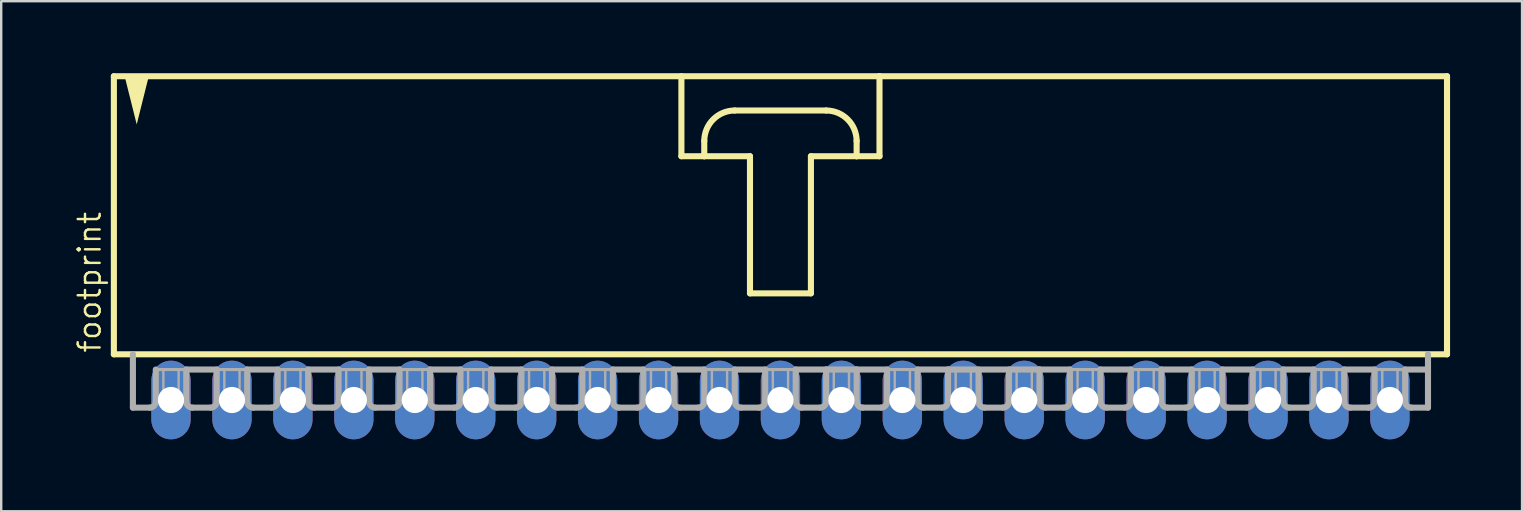
<source format=kicad_pcb>
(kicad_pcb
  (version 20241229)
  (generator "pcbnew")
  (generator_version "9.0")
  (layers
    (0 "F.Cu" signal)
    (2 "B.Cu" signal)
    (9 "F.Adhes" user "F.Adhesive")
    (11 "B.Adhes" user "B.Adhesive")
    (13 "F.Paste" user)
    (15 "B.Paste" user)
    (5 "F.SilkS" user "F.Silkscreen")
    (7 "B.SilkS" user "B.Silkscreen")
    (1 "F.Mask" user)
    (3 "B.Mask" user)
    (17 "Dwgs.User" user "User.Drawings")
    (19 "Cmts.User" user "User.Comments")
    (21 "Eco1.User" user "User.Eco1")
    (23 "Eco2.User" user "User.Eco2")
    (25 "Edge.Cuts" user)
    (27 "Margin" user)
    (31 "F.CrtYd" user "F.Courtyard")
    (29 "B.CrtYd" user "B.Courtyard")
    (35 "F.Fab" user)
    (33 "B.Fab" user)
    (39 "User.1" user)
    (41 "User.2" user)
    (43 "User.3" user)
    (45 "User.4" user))
  (footprint "footprint"
    (layer "F.Cu")
    (at 29.477 6.001)
    (property "Reference" "footprint" (at -28.258 5.715 90) (layer "F.SilkS") (effects (font (size 0.914 0.914) (thickness 0.102)) (justify left bottom)))
    (fp_line (start -27.781 -5.874) (end -27.781 5.715) (stroke (width 0.254) (type solid)) (layer "F.SilkS"))
    (fp_line (start -27.781 5.715) (end 27.781 5.715) (stroke (width 0.254) (type solid)) (layer "F.SilkS"))
    (fp_line (start -4.128 -5.874) (end -4.128 -2.54) (stroke (width 0.254) (type solid)) (layer "F.SilkS"))
    (fp_line (start -4.128 -2.54) (end -3.175 -2.54) (stroke (width 0.254) (type solid)) (layer "F.SilkS"))
    (fp_line (start -3.175 -2.54) (end -3.175 -3.175) (stroke (width 0.254) (type solid)) (layer "F.SilkS"))
    (fp_line (start -3.175 -2.54) (end -1.27 -2.54) (stroke (width 0.254) (type solid)) (layer "F.SilkS"))
    (fp_line (start -1.905 -4.445) (end 1.905 -4.445) (stroke (width 0.254) (type solid)) (layer "F.SilkS"))
    (fp_line (start -1.27 -2.54) (end -1.27 3.175) (stroke (width 0.254) (type solid)) (layer "F.SilkS"))
    (fp_line (start -1.27 3.175) (end 1.27 3.175) (stroke (width 0.254) (type solid)) (layer "F.SilkS"))
    (fp_line (start 1.27 -2.54) (end 3.175 -2.54) (stroke (width 0.254) (type solid)) (layer "F.SilkS"))
    (fp_line (start 1.27 3.175) (end 1.27 -2.54) (stroke (width 0.254) (type solid)) (layer "F.SilkS"))
    (fp_line (start 3.175 -3.175) (end 3.175 -2.54) (stroke (width 0.254) (type solid)) (layer "F.SilkS"))
    (fp_line (start 3.175 -2.54) (end 4.128 -2.54) (stroke (width 0.254) (type solid)) (layer "F.SilkS"))
    (fp_line (start 4.128 -5.874) (end -27.781 -5.874) (stroke (width 0.254) (type solid)) (layer "F.SilkS"))
    (fp_line (start 4.128 -2.54) (end 4.128 -5.874) (stroke (width 0.254) (type solid)) (layer "F.SilkS"))
    (fp_line (start 27.781 -5.874) (end 4.128 -5.874) (stroke (width 0.254) (type solid)) (layer "F.SilkS"))
    (fp_line (start 27.781 5.715) (end 27.781 -5.874) (stroke (width 0.254) (type solid)) (layer "F.SilkS"))
    (fp_arc (start -3.175 -3.175) (mid -2.803026 -4.073026) (end -1.905 -4.445) (stroke (width 0.254) (type solid)) (layer "F.SilkS"))
    (fp_arc (start 1.905 -4.445) (mid 2.803026 -4.073026) (end 3.175 -3.175) (stroke (width 0.254) (type solid)) (layer "F.SilkS"))
    (fp_poly (pts (xy -26.829 -3.864) (xy -27.338 -5.899) (xy -26.32 -5.899)) (stroke (width 0) (type solid)) (fill yes) (layer "F.SilkS"))
    (fp_line (start -26.988 5.715) (end -26.988 7.938) (stroke (width 0.254) (type solid)) (layer "F.Fab"))
    (fp_line (start -26.289 7.938) (end -26.988 7.938) (stroke (width 0.254) (type solid)) (layer "F.Fab"))
    (fp_line (start -26.035 6.35) (end -26.035 7.684) (stroke (width 0.254) (type solid)) (layer "F.Fab"))
    (fp_line (start -26.035 6.35) (end -24.765 6.35) (stroke (width 0.127) (type solid)) (layer "F.Fab"))
    (fp_line (start -24.765 6.35) (end -24.765 7.684) (stroke (width 0.254) (type solid)) (layer "F.Fab"))
    (fp_line (start -24.765 6.35) (end -23.495 6.35) (stroke (width 0.254) (type solid)) (layer "F.Fab"))
    (fp_line (start -23.749 7.938) (end -24.511 7.938) (stroke (width 0.254) (type solid)) (layer "F.Fab"))
    (fp_line (start -23.495 6.35) (end -23.495 7.684) (stroke (width 0.254) (type solid)) (layer "F.Fab"))
    (fp_line (start -23.495 6.35) (end -22.225 6.35) (stroke (width 0.127) (type solid)) (layer "F.Fab"))
    (fp_line (start -22.225 6.35) (end -22.225 7.684) (stroke (width 0.254) (type solid)) (layer "F.Fab"))
    (fp_line (start -22.225 6.35) (end -20.955 6.35) (stroke (width 0.254) (type solid)) (layer "F.Fab"))
    (fp_line (start -21.209 7.938) (end -21.971 7.938) (stroke (width 0.254) (type solid)) (layer "F.Fab"))
    (fp_line (start -20.955 6.35) (end -20.955 7.684) (stroke (width 0.254) (type solid)) (layer "F.Fab"))
    (fp_line (start -20.955 6.35) (end -19.685 6.35) (stroke (width 0.127) (type solid)) (layer "F.Fab"))
    (fp_line (start -19.685 6.35) (end -19.685 7.684) (stroke (width 0.254) (type solid)) (layer "F.Fab"))
    (fp_line (start -19.685 6.35) (end -18.415 6.35) (stroke (width 0.254) (type solid)) (layer "F.Fab"))
    (fp_line (start -18.669 7.938) (end -19.431 7.938) (stroke (width 0.254) (type solid)) (layer "F.Fab"))
    (fp_line (start -18.415 6.35) (end -18.415 7.684) (stroke (width 0.254) (type solid)) (layer "F.Fab"))
    (fp_line (start -18.415 6.35) (end -17.145 6.35) (stroke (width 0.127) (type solid)) (layer "F.Fab"))
    (fp_line (start -17.145 6.35) (end -17.145 7.684) (stroke (width 0.254) (type solid)) (layer "F.Fab"))
    (fp_line (start -17.145 6.35) (end -15.875 6.35) (stroke (width 0.254) (type solid)) (layer "F.Fab"))
    (fp_line (start -16.129 7.938) (end -16.891 7.938) (stroke (width 0.254) (type solid)) (layer "F.Fab"))
    (fp_line (start -15.875 6.35) (end -15.875 7.684) (stroke (width 0.254) (type solid)) (layer "F.Fab"))
    (fp_line (start -15.875 6.35) (end -14.605 6.35) (stroke (width 0.127) (type solid)) (layer "F.Fab"))
    (fp_line (start -14.605 6.35) (end -14.605 7.684) (stroke (width 0.254) (type solid)) (layer "F.Fab"))
    (fp_line (start -14.605 6.35) (end -13.335 6.35) (stroke (width 0.254) (type solid)) (layer "F.Fab"))
    (fp_line (start -13.589 7.938) (end -14.351 7.938) (stroke (width 0.254) (type solid)) (layer "F.Fab"))
    (fp_line (start -13.335 6.35) (end -13.335 7.684) (stroke (width 0.254) (type solid)) (layer "F.Fab"))
    (fp_line (start -13.335 6.35) (end -12.065 6.35) (stroke (width 0.127) (type solid)) (layer "F.Fab"))
    (fp_line (start -12.065 6.35) (end -12.065 7.684) (stroke (width 0.254) (type solid)) (layer "F.Fab"))
    (fp_line (start -12.065 6.35) (end -10.795 6.35) (stroke (width 0.254) (type solid)) (layer "F.Fab"))
    (fp_line (start -11.049 7.938) (end -11.811 7.938) (stroke (width 0.254) (type solid)) (layer "F.Fab"))
    (fp_line (start -10.795 6.35) (end -10.795 7.684) (stroke (width 0.254) (type solid)) (layer "F.Fab"))
    (fp_line (start -10.795 6.35) (end -9.525 6.35) (stroke (width 0.127) (type solid)) (layer "F.Fab"))
    (fp_line (start -9.525 6.35) (end -9.525 7.684) (stroke (width 0.254) (type solid)) (layer "F.Fab"))
    (fp_line (start -9.525 6.35) (end -8.255 6.35) (stroke (width 0.254) (type solid)) (layer "F.Fab"))
    (fp_line (start -8.509 7.938) (end -9.271 7.938) (stroke (width 0.254) (type solid)) (layer "F.Fab"))
    (fp_line (start -8.255 6.35) (end -8.255 7.684) (stroke (width 0.254) (type solid)) (layer "F.Fab"))
    (fp_line (start -8.255 6.35) (end -6.985 6.35) (stroke (width 0.127) (type solid)) (layer "F.Fab"))
    (fp_line (start -6.985 6.35) (end -6.985 7.684) (stroke (width 0.254) (type solid)) (layer "F.Fab"))
    (fp_line (start -6.985 6.35) (end -5.715 6.35) (stroke (width 0.254) (type solid)) (layer "F.Fab"))
    (fp_line (start -5.969 7.938) (end -6.731 7.938) (stroke (width 0.254) (type solid)) (layer "F.Fab"))
    (fp_line (start -5.715 6.35) (end -5.715 7.684) (stroke (width 0.254) (type solid)) (layer "F.Fab"))
    (fp_line (start -5.715 6.35) (end -4.445 6.35) (stroke (width 0.127) (type solid)) (layer "F.Fab"))
    (fp_line (start -4.445 6.35) (end -4.445 7.684) (stroke (width 0.254) (type solid)) (layer "F.Fab"))
    (fp_line (start -4.445 6.35) (end -3.175 6.35) (stroke (width 0.254) (type solid)) (layer "F.Fab"))
    (fp_line (start -3.429 7.938) (end -4.191 7.938) (stroke (width 0.254) (type solid)) (layer "F.Fab"))
    (fp_line (start -3.175 6.35) (end -3.175 7.684) (stroke (width 0.254) (type solid)) (layer "F.Fab"))
    (fp_line (start -3.175 6.35) (end -1.905 6.35) (stroke (width 0.127) (type solid)) (layer "F.Fab"))
    (fp_line (start -1.905 6.35) (end -1.905 7.684) (stroke (width 0.254) (type solid)) (layer "F.Fab"))
    (fp_line (start -1.905 6.35) (end -0.635 6.35) (stroke (width 0.254) (type solid)) (layer "F.Fab"))
    (fp_line (start -0.889 7.938) (end -1.651 7.938) (stroke (width 0.254) (type solid)) (layer "F.Fab"))
    (fp_line (start -0.635 6.35) (end -0.635 7.684) (stroke (width 0.254) (type solid)) (layer "F.Fab"))
    (fp_line (start -0.635 6.35) (end 0.635 6.35) (stroke (width 0.127) (type solid)) (layer "F.Fab"))
    (fp_line (start 0.635 6.35) (end 0.635 7.684) (stroke (width 0.254) (type solid)) (layer "F.Fab"))
    (fp_line (start 0.635 6.35) (end 1.905 6.35) (stroke (width 0.254) (type solid)) (layer "F.Fab"))
    (fp_line (start 1.651 7.938) (end 0.889 7.938) (stroke (width 0.254) (type solid)) (layer "F.Fab"))
    (fp_line (start 1.905 6.35) (end 1.905 7.684) (stroke (width 0.254) (type solid)) (layer "F.Fab"))
    (fp_line (start 1.905 6.35) (end 3.175 6.35) (stroke (width 0.254) (type solid)) (layer "F.Fab"))
    (fp_line (start 3.175 6.35) (end 3.175 7.684) (stroke (width 0.254) (type solid)) (layer "F.Fab"))
    (fp_line (start 3.175 6.35) (end 4.445 6.35) (stroke (width 0.254) (type solid)) (layer "F.Fab"))
    (fp_line (start 4.191 7.938) (end 3.429 7.938) (stroke (width 0.254) (type solid)) (layer "F.Fab"))
    (fp_line (start 4.445 6.35) (end 4.445 7.684) (stroke (width 0.254) (type solid)) (layer "F.Fab"))
    (fp_line (start 4.445 6.35) (end 5.715 6.35) (stroke (width 0.127) (type solid)) (layer "F.Fab"))
    (fp_line (start 5.715 6.35) (end 5.715 7.684) (stroke (width 0.254) (type solid)) (layer "F.Fab"))
    (fp_line (start 5.715 6.35) (end 6.985 6.35) (stroke (width 0.254) (type solid)) (layer "F.Fab"))
    (fp_line (start 6.731 7.938) (end 5.969 7.938) (stroke (width 0.254) (type solid)) (layer "F.Fab"))
    (fp_line (start 6.985 6.35) (end 6.985 7.684) (stroke (width 0.254) (type solid)) (layer "F.Fab"))
    (fp_line (start 6.985 6.35) (end 10.795 6.35) (stroke (width 0.254) (type solid)) (layer "F.Fab"))
    (fp_line (start 8.255 6.35) (end 8.255 7.684) (stroke (width 0.254) (type solid)) (layer "F.Fab"))
    (fp_line (start 9.271 7.938) (end 8.509 7.938) (stroke (width 0.254) (type solid)) (layer "F.Fab"))
    (fp_line (start 9.525 6.35) (end 9.525 7.684) (stroke (width 0.254) (type solid)) (layer "F.Fab"))
    (fp_line (start 10.795 6.35) (end 10.795 7.684) (stroke (width 0.254) (type solid)) (layer "F.Fab"))
    (fp_line (start 10.795 6.35) (end 12.065 6.35) (stroke (width 0.254) (type solid)) (layer "F.Fab"))
    (fp_line (start 11.049 7.938) (end 11.811 7.938) (stroke (width 0.254) (type solid)) (layer "F.Fab"))
    (fp_line (start 12.065 6.35) (end 13.335 6.35) (stroke (width 0.127) (type solid)) (layer "F.Fab"))
    (fp_line (start 12.065 7.684) (end 12.065 6.35) (stroke (width 0.254) (type solid)) (layer "F.Fab"))
    (fp_line (start 13.335 6.35) (end 13.335 7.684) (stroke (width 0.254) (type solid)) (layer "F.Fab"))
    (fp_line (start 13.335 6.35) (end 14.605 6.35) (stroke (width 0.254) (type solid)) (layer "F.Fab"))
    (fp_line (start 13.589 7.938) (end 14.351 7.938) (stroke (width 0.254) (type solid)) (layer "F.Fab"))
    (fp_line (start 14.605 6.35) (end 15.875 6.35) (stroke (width 0.127) (type solid)) (layer "F.Fab"))
    (fp_line (start 14.605 7.684) (end 14.605 6.35) (stroke (width 0.254) (type solid)) (layer "F.Fab"))
    (fp_line (start 15.875 6.35) (end 15.875 7.684) (stroke (width 0.254) (type solid)) (layer "F.Fab"))
    (fp_line (start 15.875 6.35) (end 17.145 6.35) (stroke (width 0.254) (type solid)) (layer "F.Fab"))
    (fp_line (start 16.129 7.938) (end 16.891 7.938) (stroke (width 0.254) (type solid)) (layer "F.Fab"))
    (fp_line (start 17.145 6.35) (end 18.415 6.35) (stroke (width 0.127) (type solid)) (layer "F.Fab"))
    (fp_line (start 17.145 7.684) (end 17.145 6.35) (stroke (width 0.254) (type solid)) (layer "F.Fab"))
    (fp_line (start 18.415 6.35) (end 18.415 7.684) (stroke (width 0.254) (type solid)) (layer "F.Fab"))
    (fp_line (start 18.415 6.35) (end 19.685 6.35) (stroke (width 0.254) (type solid)) (layer "F.Fab"))
    (fp_line (start 18.669 7.938) (end 19.431 7.938) (stroke (width 0.254) (type solid)) (layer "F.Fab"))
    (fp_line (start 19.685 6.35) (end 20.955 6.35) (stroke (width 0.127) (type solid)) (layer "F.Fab"))
    (fp_line (start 19.685 7.684) (end 19.685 6.35) (stroke (width 0.254) (type solid)) (layer "F.Fab"))
    (fp_line (start 20.955 6.35) (end 20.955 7.684) (stroke (width 0.254) (type solid)) (layer "F.Fab"))
    (fp_line (start 20.955 6.35) (end 22.225 6.35) (stroke (width 0.254) (type solid)) (layer "F.Fab"))
    (fp_line (start 21.209 7.938) (end 21.971 7.938) (stroke (width 0.254) (type solid)) (layer "F.Fab"))
    (fp_line (start 22.225 6.35) (end 23.495 6.35) (stroke (width 0.127) (type solid)) (layer "F.Fab"))
    (fp_line (start 22.225 7.684) (end 22.225 6.35) (stroke (width 0.254) (type solid)) (layer "F.Fab"))
    (fp_line (start 23.495 6.35) (end 23.495 7.684) (stroke (width 0.254) (type solid)) (layer "F.Fab"))
    (fp_line (start 23.495 6.35) (end 24.765 6.35) (stroke (width 0.254) (type solid)) (layer "F.Fab"))
    (fp_line (start 23.749 7.938) (end 24.511 7.938) (stroke (width 0.254) (type solid)) (layer "F.Fab"))
    (fp_line (start 24.765 6.35) (end 26.035 6.35) (stroke (width 0.127) (type solid)) (layer "F.Fab"))
    (fp_line (start 24.765 7.684) (end 24.765 6.35) (stroke (width 0.254) (type solid)) (layer "F.Fab"))
    (fp_line (start 26.035 6.35) (end 26.035 7.684) (stroke (width 0.254) (type solid)) (layer "F.Fab"))
    (fp_line (start 26.035 6.35) (end 26.988 6.35) (stroke (width 0.254) (type solid)) (layer "F.Fab"))
    (fp_line (start 26.289 7.938) (end 26.988 7.938) (stroke (width 0.254) (type solid)) (layer "F.Fab"))
    (fp_line (start 26.988 6.35) (end 26.988 5.715) (stroke (width 0.254) (type solid)) (layer "F.Fab"))
    (fp_line (start 26.988 7.938) (end 26.988 6.35) (stroke (width 0.254) (type solid)) (layer "F.Fab"))
    (fp_arc (start -26.035 7.6835) (mid -26.109395 7.863105) (end -26.289 7.9375) (stroke (width 0.254) (type solid)) (layer "F.Fab"))
    (fp_arc (start -24.511 7.9375) (mid -24.690605 7.863105) (end -24.765 7.6835) (stroke (width 0.254) (type solid)) (layer "F.Fab"))
    (fp_arc (start -23.495 7.6835) (mid -23.569395 7.863105) (end -23.749 7.9375) (stroke (width 0.254) (type solid)) (layer "F.Fab"))
    (fp_arc (start -21.971 7.9375) (mid -22.150605 7.863105) (end -22.225 7.6835) (stroke (width 0.254) (type solid)) (layer "F.Fab"))
    (fp_arc (start -20.955 7.6835) (mid -21.029395 7.863105) (end -21.209 7.9375) (stroke (width 0.254) (type solid)) (layer "F.Fab"))
    (fp_arc (start -19.431 7.9375) (mid -19.610605 7.863105) (end -19.685 7.6835) (stroke (width 0.254) (type solid)) (layer "F.Fab"))
    (fp_arc (start -18.415 7.6835) (mid -18.489395 7.863105) (end -18.669 7.9375) (stroke (width 0.254) (type solid)) (layer "F.Fab"))
    (fp_arc (start -16.891 7.9375) (mid -17.070605 7.863105) (end -17.145 7.6835) (stroke (width 0.254) (type solid)) (layer "F.Fab"))
    (fp_arc (start -15.875 7.6835) (mid -15.949395 7.863105) (end -16.129 7.9375) (stroke (width 0.254) (type solid)) (layer "F.Fab"))
    (fp_arc (start -14.351 7.9375) (mid -14.530605 7.863105) (end -14.605 7.6835) (stroke (width 0.254) (type solid)) (layer "F.Fab"))
    (fp_arc (start -13.335 7.6835) (mid -13.409395 7.863105) (end -13.589 7.9375) (stroke (width 0.254) (type solid)) (layer "F.Fab"))
    (fp_arc (start -11.811 7.9375) (mid -11.990605 7.863105) (end -12.065 7.6835) (stroke (width 0.254) (type solid)) (layer "F.Fab"))
    (fp_arc (start -10.795 7.6835) (mid -10.869395 7.863105) (end -11.049 7.9375) (stroke (width 0.254) (type solid)) (layer "F.Fab"))
    (fp_arc (start -9.271 7.9375) (mid -9.450605 7.863105) (end -9.525 7.6835) (stroke (width 0.254) (type solid)) (layer "F.Fab"))
    (fp_arc (start -8.255 7.6835) (mid -8.329395 7.863105) (end -8.509 7.9375) (stroke (width 0.254) (type solid)) (layer "F.Fab"))
    (fp_arc (start -6.731 7.9375) (mid -6.910605 7.863105) (end -6.985 7.6835) (stroke (width 0.254) (type solid)) (layer "F.Fab"))
    (fp_arc (start -5.715 7.6835) (mid -5.789395 7.863105) (end -5.969 7.9375) (stroke (width 0.254) (type solid)) (layer "F.Fab"))
    (fp_arc (start -4.191 7.9375) (mid -4.370605 7.863105) (end -4.445 7.6835) (stroke (width 0.254) (type solid)) (layer "F.Fab"))
    (fp_arc (start -3.175 7.6835) (mid -3.249395 7.863105) (end -3.429 7.9375) (stroke (width 0.254) (type solid)) (layer "F.Fab"))
    (fp_arc (start -1.651 7.9375) (mid -1.830605 7.863105) (end -1.905 7.6835) (stroke (width 0.254) (type solid)) (layer "F.Fab"))
    (fp_arc (start -0.635 7.6835) (mid -0.709395 7.863105) (end -0.889 7.9375) (stroke (width 0.254) (type solid)) (layer "F.Fab"))
    (fp_arc (start 0.889 7.9375) (mid 0.709395 7.863105) (end 0.635 7.6835) (stroke (width 0.254) (type solid)) (layer "F.Fab"))
    (fp_arc (start 1.905 7.6835) (mid 1.830605 7.863105) (end 1.651 7.9375) (stroke (width 0.254) (type solid)) (layer "F.Fab"))
    (fp_arc (start 3.429 7.9375) (mid 3.249395 7.863105) (end 3.175 7.6835) (stroke (width 0.254) (type solid)) (layer "F.Fab"))
    (fp_arc (start 4.445 7.6835) (mid 4.370605 7.863105) (end 4.191 7.9375) (stroke (width 0.254) (type solid)) (layer "F.Fab"))
    (fp_arc (start 5.969 7.9375) (mid 5.789395 7.863105) (end 5.715 7.6835) (stroke (width 0.254) (type solid)) (layer "F.Fab"))
    (fp_arc (start 6.985 7.6835) (mid 6.910605 7.863105) (end 6.731 7.9375) (stroke (width 0.254) (type solid)) (layer "F.Fab"))
    (fp_arc (start 8.509 7.9375) (mid 8.329395 7.863105) (end 8.255 7.6835) (stroke (width 0.254) (type solid)) (layer "F.Fab"))
    (fp_arc (start 9.525 7.6835) (mid 9.450605 7.863105) (end 9.271 7.9375) (stroke (width 0.254) (type solid)) (layer "F.Fab"))
    (fp_arc (start 11.049 7.9375) (mid 10.869395 7.863105) (end 10.795 7.6835) (stroke (width 0.254) (type solid)) (layer "F.Fab"))
    (fp_arc (start 12.065 7.6835) (mid 11.990605 7.863105) (end 11.811 7.9375) (stroke (width 0.254) (type solid)) (layer "F.Fab"))
    (fp_arc (start 13.589 7.9375) (mid 13.409395 7.863105) (end 13.335 7.6835) (stroke (width 0.254) (type solid)) (layer "F.Fab"))
    (fp_arc (start 14.605 7.6835) (mid 14.530605 7.863105) (end 14.351 7.9375) (stroke (width 0.254) (type solid)) (layer "F.Fab"))
    (fp_arc (start 16.129 7.9375) (mid 15.949395 7.863105) (end 15.875 7.6835) (stroke (width 0.254) (type solid)) (layer "F.Fab"))
    (fp_arc (start 17.145 7.6835) (mid 17.070605 7.863105) (end 16.891 7.9375) (stroke (width 0.254) (type solid)) (layer "F.Fab"))
    (fp_arc (start 18.669 7.9375) (mid 18.489395 7.863105) (end 18.415 7.6835) (stroke (width 0.254) (type solid)) (layer "F.Fab"))
    (fp_arc (start 19.685 7.6835) (mid 19.610605 7.863105) (end 19.431 7.9375) (stroke (width 0.254) (type solid)) (layer "F.Fab"))
    (fp_arc (start 21.209 7.9375) (mid 21.029395 7.863105) (end 20.955 7.6835) (stroke (width 0.254) (type solid)) (layer "F.Fab"))
    (fp_arc (start 22.225 7.6835) (mid 22.150605 7.863105) (end 21.971 7.9375) (stroke (width 0.254) (type solid)) (layer "F.Fab"))
    (fp_arc (start 23.749 7.9375) (mid 23.569395 7.863105) (end 23.495 7.6835) (stroke (width 0.254) (type solid)) (layer "F.Fab"))
    (fp_arc (start 24.765 7.6835) (mid 24.690605 7.863105) (end 24.511 7.9375) (stroke (width 0.254) (type solid)) (layer "F.Fab"))
    (fp_arc (start 26.289 7.9375) (mid 26.109395 7.863105) (end 26.035 7.6835) (stroke (width 0.254) (type solid)) (layer "F.Fab"))
    (fp_poly (pts (xy -25.718 7.62) (xy -25.082 7.62) (xy -25.082 6.35) (xy -25.718 6.35)) (stroke (width 0.1) (type solid)) (fill no) (layer "F.Fab"))
    (fp_poly (pts (xy -23.177 7.62) (xy -22.543 7.62) (xy -22.543 6.35) (xy -23.177 6.35)) (stroke (width 0.1) (type solid)) (fill no) (layer "F.Fab"))
    (fp_poly (pts (xy -20.637 7.62) (xy -20.003 7.62) (xy -20.003 6.35) (xy -20.637 6.35)) (stroke (width 0.1) (type solid)) (fill no) (layer "F.Fab"))
    (fp_poly (pts (xy -18.098 7.62) (xy -17.462 7.62) (xy -17.462 6.35) (xy -18.098 6.35)) (stroke (width 0.1) (type solid)) (fill no) (layer "F.Fab"))
    (fp_poly (pts (xy -15.557 7.62) (xy -14.922 7.62) (xy -14.922 6.35) (xy -15.557 6.35)) (stroke (width 0.1) (type solid)) (fill no) (layer "F.Fab"))
    (fp_poly (pts (xy -13.018 7.62) (xy -12.383 7.62) (xy -12.383 6.35) (xy -13.018 6.35)) (stroke (width 0.1) (type solid)) (fill no) (layer "F.Fab"))
    (fp_poly (pts (xy -10.477 7.62) (xy -9.842 7.62) (xy -9.842 6.35) (xy -10.477 6.35)) (stroke (width 0.1) (type solid)) (fill no) (layer "F.Fab"))
    (fp_poly (pts (xy -7.938 7.62) (xy -7.303 7.62) (xy -7.303 6.35) (xy -7.938 6.35)) (stroke (width 0.1) (type solid)) (fill no) (layer "F.Fab"))
    (fp_poly (pts (xy -5.397 7.62) (xy -4.763 7.62) (xy -4.763 6.35) (xy -5.397 6.35)) (stroke (width 0.1) (type solid)) (fill no) (layer "F.Fab"))
    (fp_poly (pts (xy -2.857 7.62) (xy -2.223 7.62) (xy -2.223 6.35) (xy -2.857 6.35)) (stroke (width 0.1) (type solid)) (fill no) (layer "F.Fab"))
    (fp_poly (pts (xy -0.318 7.62) (xy 0.318 7.62) (xy 0.318 6.35) (xy -0.318 6.35)) (stroke (width 0.1) (type solid)) (fill no) (layer "F.Fab"))
    (fp_poly (pts (xy 2.223 7.62) (xy 2.857 7.62) (xy 2.857 6.35) (xy 2.223 6.35)) (stroke (width 0.1) (type solid)) (fill no) (layer "F.Fab"))
    (fp_poly (pts (xy 4.763 7.62) (xy 5.397 7.62) (xy 5.397 6.35) (xy 4.763 6.35)) (stroke (width 0.1) (type solid)) (fill no) (layer "F.Fab"))
    (fp_poly (pts (xy 7.303 7.62) (xy 7.938 7.62) (xy 7.938 6.35) (xy 7.303 6.35)) (stroke (width 0.1) (type solid)) (fill no) (layer "F.Fab"))
    (fp_poly (pts (xy 9.842 7.62) (xy 10.477 7.62) (xy 10.477 6.35) (xy 9.842 6.35)) (stroke (width 0.1) (type solid)) (fill no) (layer "F.Fab"))
    (fp_poly (pts (xy 12.383 7.62) (xy 13.018 7.62) (xy 13.018 6.35) (xy 12.383 6.35)) (stroke (width 0.1) (type solid)) (fill no) (layer "F.Fab"))
    (fp_poly (pts (xy 14.922 7.62) (xy 15.557 7.62) (xy 15.557 6.35) (xy 14.922 6.35)) (stroke (width 0.1) (type solid)) (fill no) (layer "F.Fab"))
    (fp_poly (pts (xy 17.462 7.62) (xy 18.098 7.62) (xy 18.098 6.35) (xy 17.462 6.35)) (stroke (width 0.1) (type solid)) (fill no) (layer "F.Fab"))
    (fp_poly (pts (xy 20.003 7.62) (xy 20.637 7.62) (xy 20.637 6.35) (xy 20.003 6.35)) (stroke (width 0.1) (type solid)) (fill no) (layer "F.Fab"))
    (fp_poly (pts (xy 22.543 7.62) (xy 23.177 7.62) (xy 23.177 6.35) (xy 22.543 6.35)) (stroke (width 0.1) (type solid)) (fill no) (layer "F.Fab"))
    (fp_poly (pts (xy 25.082 7.62) (xy 25.718 7.62) (xy 25.718 6.35) (xy 25.082 6.35)) (stroke (width 0.1) (type solid)) (fill no) (layer "F.Fab"))
    (pad "1" thru_hole oval (at -25.4 7.62 90) (size 3.277 1.638) (drill 1.092) (layers "*.Cu" "*.Mask"))
    (pad "2" thru_hole oval (at -22.86 7.62 90) (size 3.277 1.638) (drill 1.092) (layers "*.Cu" "*.Mask"))
    (pad "3" thru_hole oval (at -20.32 7.62 270) (size 3.277 1.638) (drill 1.092) (layers "*.Cu" "*.Mask"))
    (pad "4" thru_hole oval (at -17.78 7.62 270) (size 3.277 1.638) (drill 1.092) (layers "*.Cu" "*.Mask"))
    (pad "5" thru_hole oval (at -15.24 7.62 90) (size 3.277 1.638) (drill 1.092) (layers "*.Cu" "*.Mask"))
    (pad "6" thru_hole oval (at -12.7 7.62 90) (size 3.277 1.638) (drill 1.092) (layers "*.Cu" "*.Mask"))
    (pad "7" thru_hole oval (at -10.16 7.62 90) (size 3.277 1.638) (drill 1.092) (layers "*.Cu" "*.Mask"))
    (pad "8" thru_hole oval (at -7.62 7.62 90) (size 3.277 1.638) (drill 1.092) (layers "*.Cu" "*.Mask"))
    (pad "9" thru_hole oval (at -5.08 7.62 90) (size 3.277 1.638) (drill 1.092) (layers "*.Cu" "*.Mask"))
    (pad "10" thru_hole oval (at -2.54 7.62 90) (size 3.277 1.638) (drill 1.092) (layers "*.Cu" "*.Mask"))
    (pad "11" thru_hole oval (at 0 7.62 90) (size 3.277 1.638) (drill 1.092) (layers "*.Cu" "*.Mask"))
    (pad "12" thru_hole oval (at 2.54 7.62 90) (size 3.277 1.638) (drill 1.092) (layers "*.Cu" "*.Mask"))
    (pad "13" thru_hole oval (at 5.08 7.62 90) (size 3.277 1.638) (drill 1.092) (layers "*.Cu" "*.Mask"))
    (pad "14" thru_hole oval (at 7.62 7.62 90) (size 3.277 1.638) (drill 1.092) (layers "*.Cu" "*.Mask"))
    (pad "15" thru_hole oval (at 10.16 7.62 90) (size 3.277 1.638) (drill 1.092) (layers "*.Cu" "*.Mask"))
    (pad "16" thru_hole oval (at 12.7 7.62 90) (size 3.277 1.638) (drill 1.092) (layers "*.Cu" "*.Mask"))
    (pad "17" thru_hole oval (at 15.24 7.62 90) (size 3.277 1.638) (drill 1.092) (layers "*.Cu" "*.Mask"))
    (pad "18" thru_hole oval (at 17.78 7.62 90) (size 3.277 1.638) (drill 1.092) (layers "*.Cu" "*.Mask"))
    (pad "19" thru_hole oval (at 20.32 7.62 90) (size 3.277 1.638) (drill 1.092) (layers "*.Cu" "*.Mask"))
    (pad "20" thru_hole oval (at 22.86 7.62 90) (size 3.277 1.638) (drill 1.092) (layers "*.Cu" "*.Mask"))
    (pad "21" thru_hole oval (at 25.4 7.62 90) (size 3.277 1.638) (drill 1.092) (layers "*.Cu" "*.Mask")))
  (gr_rect
    (start -3 -3)
    (end 60.385 18.259)
    (stroke (width 0.1) (type default))
    (fill no)
    (layer "Edge.Cuts")))
</source>
